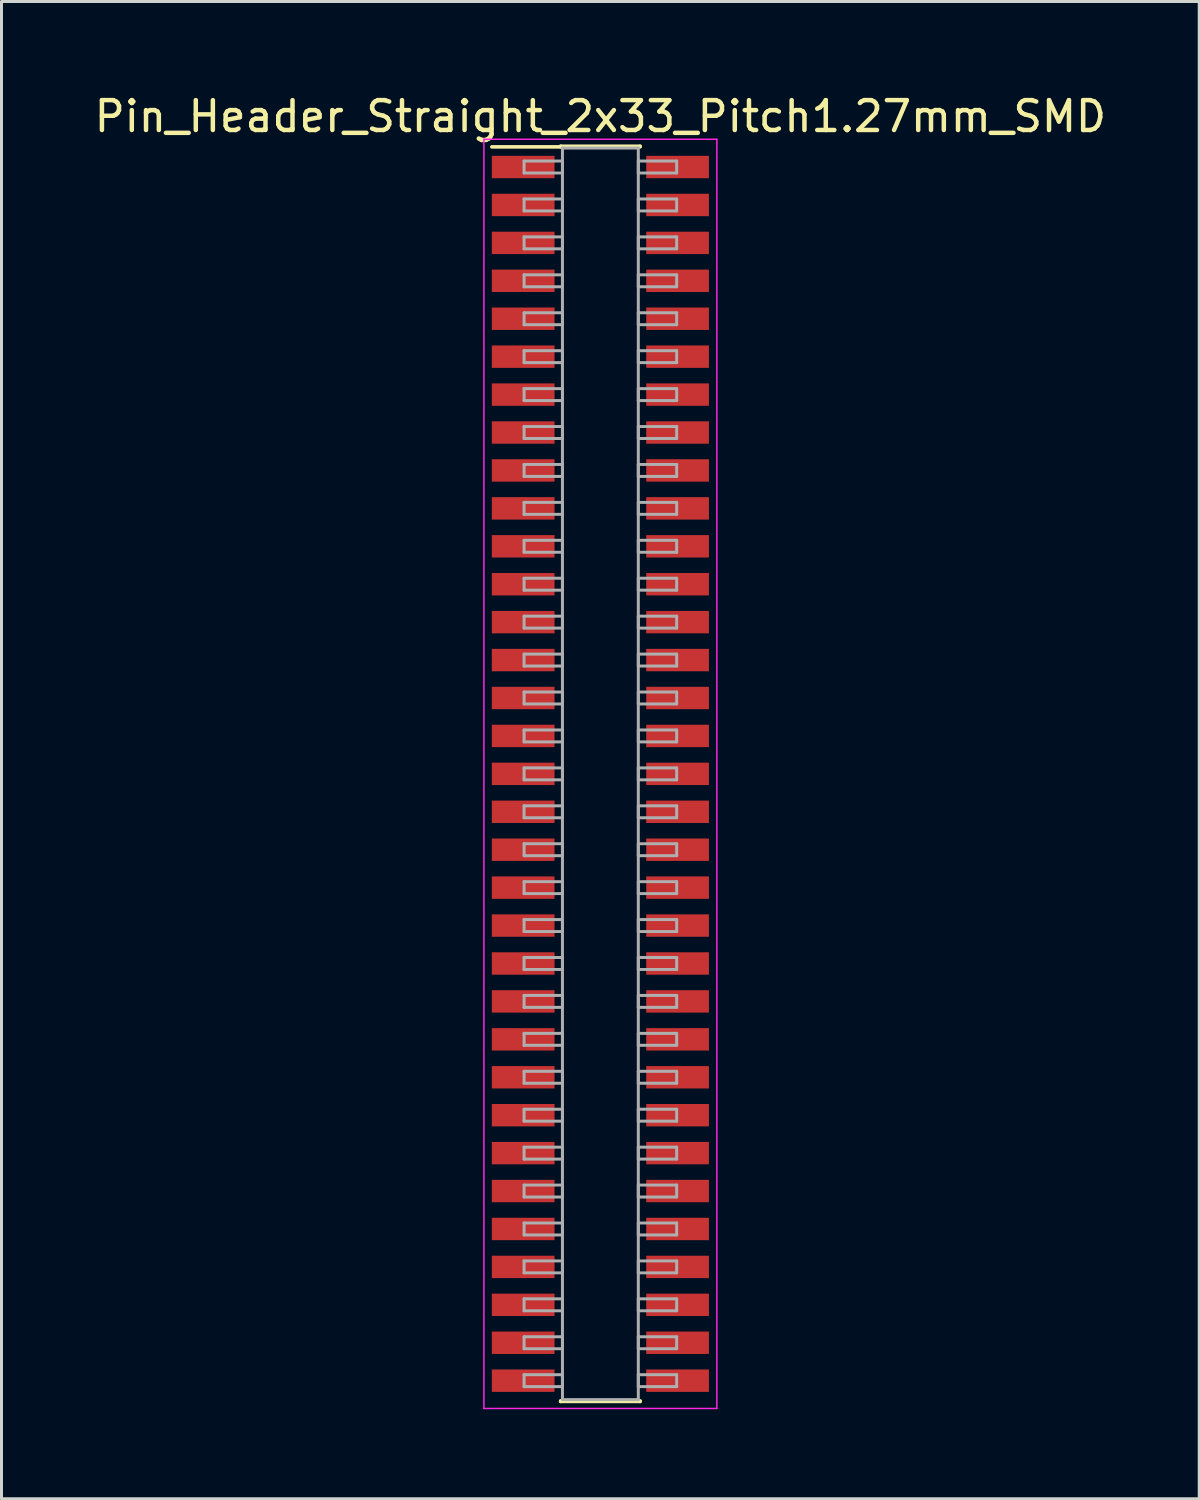
<source format=kicad_pcb>
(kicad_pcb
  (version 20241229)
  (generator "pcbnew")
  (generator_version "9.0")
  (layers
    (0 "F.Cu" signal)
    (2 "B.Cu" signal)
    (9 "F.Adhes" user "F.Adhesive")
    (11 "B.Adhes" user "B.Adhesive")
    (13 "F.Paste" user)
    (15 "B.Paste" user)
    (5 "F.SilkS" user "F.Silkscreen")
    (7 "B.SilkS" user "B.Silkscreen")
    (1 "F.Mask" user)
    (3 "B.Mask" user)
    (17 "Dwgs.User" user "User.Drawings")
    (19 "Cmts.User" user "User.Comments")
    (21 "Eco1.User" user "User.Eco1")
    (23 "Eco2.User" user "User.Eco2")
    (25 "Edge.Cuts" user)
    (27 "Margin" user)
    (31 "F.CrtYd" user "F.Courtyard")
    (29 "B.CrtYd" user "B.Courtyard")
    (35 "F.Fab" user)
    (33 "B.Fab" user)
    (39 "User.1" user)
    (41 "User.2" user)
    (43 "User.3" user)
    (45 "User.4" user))
  (footprint "Pin_Header_Straight_2x33_Pitch1.27mm_SMD"
    (layer "F.Cu")
    (at 17.054 22.863)
    (property "Reference" "Pin_Header_Straight_2x33_Pitch1.27mm_SMD" (at 0 -22.015 0) (layer "F.SilkS") (effects (font (size 1 1) (thickness 0.15))))
    (attr smd)
    (fp_line (start -3.635 -20.995) (end -1.33 -20.995) (stroke (width 0.12) (type solid)) (layer "F.SilkS"))
    (fp_line (start -1.33 -21.015) (end 1.33 -21.015) (stroke (width 0.12) (type solid)) (layer "F.SilkS"))
    (fp_line (start -1.33 -20.995) (end -1.33 -21.015) (stroke (width 0.12) (type solid)) (layer "F.SilkS"))
    (fp_line (start -1.33 20.995) (end -1.33 21.015) (stroke (width 0.12) (type solid)) (layer "F.SilkS"))
    (fp_line (start -1.33 21.015) (end 1.33 21.015) (stroke (width 0.12) (type solid)) (layer "F.SilkS"))
    (fp_line (start 1.33 -21.015) (end 1.33 -20.995) (stroke (width 0.12) (type solid)) (layer "F.SilkS"))
    (fp_line (start 1.33 21.015) (end 1.33 20.995) (stroke (width 0.12) (type solid)) (layer "F.SilkS"))
    (fp_line (start -3.9 -21.25) (end -3.9 21.25) (stroke (width 0.05) (type solid)) (layer "F.CrtYd"))
    (fp_line (start -3.9 21.25) (end 3.9 21.25) (stroke (width 0.05) (type solid)) (layer "F.CrtYd"))
    (fp_line (start 3.9 -21.25) (end -3.9 -21.25) (stroke (width 0.05) (type solid)) (layer "F.CrtYd"))
    (fp_line (start 3.9 21.25) (end 3.9 -21.25) (stroke (width 0.05) (type solid)) (layer "F.CrtYd"))
    (fp_line (start -2.555 -20.52) (end -1.27 -20.52) (stroke (width 0.1) (type solid)) (layer "F.Fab"))
    (fp_line (start -2.555 -20.12) (end -2.555 -20.52) (stroke (width 0.1) (type solid)) (layer "F.Fab"))
    (fp_line (start -2.555 -19.25) (end -1.27 -19.25) (stroke (width 0.1) (type solid)) (layer "F.Fab"))
    (fp_line (start -2.555 -18.85) (end -2.555 -19.25) (stroke (width 0.1) (type solid)) (layer "F.Fab"))
    (fp_line (start -2.555 -17.98) (end -1.27 -17.98) (stroke (width 0.1) (type solid)) (layer "F.Fab"))
    (fp_line (start -2.555 -17.58) (end -2.555 -17.98) (stroke (width 0.1) (type solid)) (layer "F.Fab"))
    (fp_line (start -2.555 -16.71) (end -1.27 -16.71) (stroke (width 0.1) (type solid)) (layer "F.Fab"))
    (fp_line (start -2.555 -16.31) (end -2.555 -16.71) (stroke (width 0.1) (type solid)) (layer "F.Fab"))
    (fp_line (start -2.555 -15.44) (end -1.27 -15.44) (stroke (width 0.1) (type solid)) (layer "F.Fab"))
    (fp_line (start -2.555 -15.04) (end -2.555 -15.44) (stroke (width 0.1) (type solid)) (layer "F.Fab"))
    (fp_line (start -2.555 -14.17) (end -1.27 -14.17) (stroke (width 0.1) (type solid)) (layer "F.Fab"))
    (fp_line (start -2.555 -13.77) (end -2.555 -14.17) (stroke (width 0.1) (type solid)) (layer "F.Fab"))
    (fp_line (start -2.555 -12.9) (end -1.27 -12.9) (stroke (width 0.1) (type solid)) (layer "F.Fab"))
    (fp_line (start -2.555 -12.5) (end -2.555 -12.9) (stroke (width 0.1) (type solid)) (layer "F.Fab"))
    (fp_line (start -2.555 -11.63) (end -1.27 -11.63) (stroke (width 0.1) (type solid)) (layer "F.Fab"))
    (fp_line (start -2.555 -11.23) (end -2.555 -11.63) (stroke (width 0.1) (type solid)) (layer "F.Fab"))
    (fp_line (start -2.555 -10.36) (end -1.27 -10.36) (stroke (width 0.1) (type solid)) (layer "F.Fab"))
    (fp_line (start -2.555 -9.96) (end -2.555 -10.36) (stroke (width 0.1) (type solid)) (layer "F.Fab"))
    (fp_line (start -2.555 -9.09) (end -1.27 -9.09) (stroke (width 0.1) (type solid)) (layer "F.Fab"))
    (fp_line (start -2.555 -8.69) (end -2.555 -9.09) (stroke (width 0.1) (type solid)) (layer "F.Fab"))
    (fp_line (start -2.555 -7.82) (end -1.27 -7.82) (stroke (width 0.1) (type solid)) (layer "F.Fab"))
    (fp_line (start -2.555 -7.42) (end -2.555 -7.82) (stroke (width 0.1) (type solid)) (layer "F.Fab"))
    (fp_line (start -2.555 -6.55) (end -1.27 -6.55) (stroke (width 0.1) (type solid)) (layer "F.Fab"))
    (fp_line (start -2.555 -6.15) (end -2.555 -6.55) (stroke (width 0.1) (type solid)) (layer "F.Fab"))
    (fp_line (start -2.555 -5.28) (end -1.27 -5.28) (stroke (width 0.1) (type solid)) (layer "F.Fab"))
    (fp_line (start -2.555 -4.88) (end -2.555 -5.28) (stroke (width 0.1) (type solid)) (layer "F.Fab"))
    (fp_line (start -2.555 -4.01) (end -1.27 -4.01) (stroke (width 0.1) (type solid)) (layer "F.Fab"))
    (fp_line (start -2.555 -3.61) (end -2.555 -4.01) (stroke (width 0.1) (type solid)) (layer "F.Fab"))
    (fp_line (start -2.555 -2.74) (end -1.27 -2.74) (stroke (width 0.1) (type solid)) (layer "F.Fab"))
    (fp_line (start -2.555 -2.34) (end -2.555 -2.74) (stroke (width 0.1) (type solid)) (layer "F.Fab"))
    (fp_line (start -2.555 -1.47) (end -1.27 -1.47) (stroke (width 0.1) (type solid)) (layer "F.Fab"))
    (fp_line (start -2.555 -1.07) (end -2.555 -1.47) (stroke (width 0.1) (type solid)) (layer "F.Fab"))
    (fp_line (start -2.555 -0.2) (end -1.27 -0.2) (stroke (width 0.1) (type solid)) (layer "F.Fab"))
    (fp_line (start -2.555 0.2) (end -2.555 -0.2) (stroke (width 0.1) (type solid)) (layer "F.Fab"))
    (fp_line (start -2.555 1.07) (end -1.27 1.07) (stroke (width 0.1) (type solid)) (layer "F.Fab"))
    (fp_line (start -2.555 1.47) (end -2.555 1.07) (stroke (width 0.1) (type solid)) (layer "F.Fab"))
    (fp_line (start -2.555 2.34) (end -1.27 2.34) (stroke (width 0.1) (type solid)) (layer "F.Fab"))
    (fp_line (start -2.555 2.74) (end -2.555 2.34) (stroke (width 0.1) (type solid)) (layer "F.Fab"))
    (fp_line (start -2.555 3.61) (end -1.27 3.61) (stroke (width 0.1) (type solid)) (layer "F.Fab"))
    (fp_line (start -2.555 4.01) (end -2.555 3.61) (stroke (width 0.1) (type solid)) (layer "F.Fab"))
    (fp_line (start -2.555 4.88) (end -1.27 4.88) (stroke (width 0.1) (type solid)) (layer "F.Fab"))
    (fp_line (start -2.555 5.28) (end -2.555 4.88) (stroke (width 0.1) (type solid)) (layer "F.Fab"))
    (fp_line (start -2.555 6.15) (end -1.27 6.15) (stroke (width 0.1) (type solid)) (layer "F.Fab"))
    (fp_line (start -2.555 6.55) (end -2.555 6.15) (stroke (width 0.1) (type solid)) (layer "F.Fab"))
    (fp_line (start -2.555 7.42) (end -1.27 7.42) (stroke (width 0.1) (type solid)) (layer "F.Fab"))
    (fp_line (start -2.555 7.82) (end -2.555 7.42) (stroke (width 0.1) (type solid)) (layer "F.Fab"))
    (fp_line (start -2.555 8.69) (end -1.27 8.69) (stroke (width 0.1) (type solid)) (layer "F.Fab"))
    (fp_line (start -2.555 9.09) (end -2.555 8.69) (stroke (width 0.1) (type solid)) (layer "F.Fab"))
    (fp_line (start -2.555 9.96) (end -1.27 9.96) (stroke (width 0.1) (type solid)) (layer "F.Fab"))
    (fp_line (start -2.555 10.36) (end -2.555 9.96) (stroke (width 0.1) (type solid)) (layer "F.Fab"))
    (fp_line (start -2.555 11.23) (end -1.27 11.23) (stroke (width 0.1) (type solid)) (layer "F.Fab"))
    (fp_line (start -2.555 11.63) (end -2.555 11.23) (stroke (width 0.1) (type solid)) (layer "F.Fab"))
    (fp_line (start -2.555 12.5) (end -1.27 12.5) (stroke (width 0.1) (type solid)) (layer "F.Fab"))
    (fp_line (start -2.555 12.9) (end -2.555 12.5) (stroke (width 0.1) (type solid)) (layer "F.Fab"))
    (fp_line (start -2.555 13.77) (end -1.27 13.77) (stroke (width 0.1) (type solid)) (layer "F.Fab"))
    (fp_line (start -2.555 14.17) (end -2.555 13.77) (stroke (width 0.1) (type solid)) (layer "F.Fab"))
    (fp_line (start -2.555 15.04) (end -1.27 15.04) (stroke (width 0.1) (type solid)) (layer "F.Fab"))
    (fp_line (start -2.555 15.44) (end -2.555 15.04) (stroke (width 0.1) (type solid)) (layer "F.Fab"))
    (fp_line (start -2.555 16.31) (end -1.27 16.31) (stroke (width 0.1) (type solid)) (layer "F.Fab"))
    (fp_line (start -2.555 16.71) (end -2.555 16.31) (stroke (width 0.1) (type solid)) (layer "F.Fab"))
    (fp_line (start -2.555 17.58) (end -1.27 17.58) (stroke (width 0.1) (type solid)) (layer "F.Fab"))
    (fp_line (start -2.555 17.98) (end -2.555 17.58) (stroke (width 0.1) (type solid)) (layer "F.Fab"))
    (fp_line (start -2.555 18.85) (end -1.27 18.85) (stroke (width 0.1) (type solid)) (layer "F.Fab"))
    (fp_line (start -2.555 19.25) (end -2.555 18.85) (stroke (width 0.1) (type solid)) (layer "F.Fab"))
    (fp_line (start -2.555 20.12) (end -1.27 20.12) (stroke (width 0.1) (type solid)) (layer "F.Fab"))
    (fp_line (start -2.555 20.52) (end -2.555 20.12) (stroke (width 0.1) (type solid)) (layer "F.Fab"))
    (fp_line (start -1.27 -20.955) (end -1.27 20.955) (stroke (width 0.1) (type solid)) (layer "F.Fab"))
    (fp_line (start -1.27 -20.52) (end -1.27 -20.12) (stroke (width 0.1) (type solid)) (layer "F.Fab"))
    (fp_line (start -1.27 -20.12) (end -2.555 -20.12) (stroke (width 0.1) (type solid)) (layer "F.Fab"))
    (fp_line (start -1.27 -19.25) (end -1.27 -18.85) (stroke (width 0.1) (type solid)) (layer "F.Fab"))
    (fp_line (start -1.27 -18.85) (end -2.555 -18.85) (stroke (width 0.1) (type solid)) (layer "F.Fab"))
    (fp_line (start -1.27 -17.98) (end -1.27 -17.58) (stroke (width 0.1) (type solid)) (layer "F.Fab"))
    (fp_line (start -1.27 -17.58) (end -2.555 -17.58) (stroke (width 0.1) (type solid)) (layer "F.Fab"))
    (fp_line (start -1.27 -16.71) (end -1.27 -16.31) (stroke (width 0.1) (type solid)) (layer "F.Fab"))
    (fp_line (start -1.27 -16.31) (end -2.555 -16.31) (stroke (width 0.1) (type solid)) (layer "F.Fab"))
    (fp_line (start -1.27 -15.44) (end -1.27 -15.04) (stroke (width 0.1) (type solid)) (layer "F.Fab"))
    (fp_line (start -1.27 -15.04) (end -2.555 -15.04) (stroke (width 0.1) (type solid)) (layer "F.Fab"))
    (fp_line (start -1.27 -14.17) (end -1.27 -13.77) (stroke (width 0.1) (type solid)) (layer "F.Fab"))
    (fp_line (start -1.27 -13.77) (end -2.555 -13.77) (stroke (width 0.1) (type solid)) (layer "F.Fab"))
    (fp_line (start -1.27 -12.9) (end -1.27 -12.5) (stroke (width 0.1) (type solid)) (layer "F.Fab"))
    (fp_line (start -1.27 -12.5) (end -2.555 -12.5) (stroke (width 0.1) (type solid)) (layer "F.Fab"))
    (fp_line (start -1.27 -11.63) (end -1.27 -11.23) (stroke (width 0.1) (type solid)) (layer "F.Fab"))
    (fp_line (start -1.27 -11.23) (end -2.555 -11.23) (stroke (width 0.1) (type solid)) (layer "F.Fab"))
    (fp_line (start -1.27 -10.36) (end -1.27 -9.96) (stroke (width 0.1) (type solid)) (layer "F.Fab"))
    (fp_line (start -1.27 -9.96) (end -2.555 -9.96) (stroke (width 0.1) (type solid)) (layer "F.Fab"))
    (fp_line (start -1.27 -9.09) (end -1.27 -8.69) (stroke (width 0.1) (type solid)) (layer "F.Fab"))
    (fp_line (start -1.27 -8.69) (end -2.555 -8.69) (stroke (width 0.1) (type solid)) (layer "F.Fab"))
    (fp_line (start -1.27 -7.82) (end -1.27 -7.42) (stroke (width 0.1) (type solid)) (layer "F.Fab"))
    (fp_line (start -1.27 -7.42) (end -2.555 -7.42) (stroke (width 0.1) (type solid)) (layer "F.Fab"))
    (fp_line (start -1.27 -6.55) (end -1.27 -6.15) (stroke (width 0.1) (type solid)) (layer "F.Fab"))
    (fp_line (start -1.27 -6.15) (end -2.555 -6.15) (stroke (width 0.1) (type solid)) (layer "F.Fab"))
    (fp_line (start -1.27 -5.28) (end -1.27 -4.88) (stroke (width 0.1) (type solid)) (layer "F.Fab"))
    (fp_line (start -1.27 -4.88) (end -2.555 -4.88) (stroke (width 0.1) (type solid)) (layer "F.Fab"))
    (fp_line (start -1.27 -4.01) (end -1.27 -3.61) (stroke (width 0.1) (type solid)) (layer "F.Fab"))
    (fp_line (start -1.27 -3.61) (end -2.555 -3.61) (stroke (width 0.1) (type solid)) (layer "F.Fab"))
    (fp_line (start -1.27 -2.74) (end -1.27 -2.34) (stroke (width 0.1) (type solid)) (layer "F.Fab"))
    (fp_line (start -1.27 -2.34) (end -2.555 -2.34) (stroke (width 0.1) (type solid)) (layer "F.Fab"))
    (fp_line (start -1.27 -1.47) (end -1.27 -1.07) (stroke (width 0.1) (type solid)) (layer "F.Fab"))
    (fp_line (start -1.27 -1.07) (end -2.555 -1.07) (stroke (width 0.1) (type solid)) (layer "F.Fab"))
    (fp_line (start -1.27 -0.2) (end -1.27 0.2) (stroke (width 0.1) (type solid)) (layer "F.Fab"))
    (fp_line (start -1.27 0.2) (end -2.555 0.2) (stroke (width 0.1) (type solid)) (layer "F.Fab"))
    (fp_line (start -1.27 1.07) (end -1.27 1.47) (stroke (width 0.1) (type solid)) (layer "F.Fab"))
    (fp_line (start -1.27 1.47) (end -2.555 1.47) (stroke (width 0.1) (type solid)) (layer "F.Fab"))
    (fp_line (start -1.27 2.34) (end -1.27 2.74) (stroke (width 0.1) (type solid)) (layer "F.Fab"))
    (fp_line (start -1.27 2.74) (end -2.555 2.74) (stroke (width 0.1) (type solid)) (layer "F.Fab"))
    (fp_line (start -1.27 3.61) (end -1.27 4.01) (stroke (width 0.1) (type solid)) (layer "F.Fab"))
    (fp_line (start -1.27 4.01) (end -2.555 4.01) (stroke (width 0.1) (type solid)) (layer "F.Fab"))
    (fp_line (start -1.27 4.88) (end -1.27 5.28) (stroke (width 0.1) (type solid)) (layer "F.Fab"))
    (fp_line (start -1.27 5.28) (end -2.555 5.28) (stroke (width 0.1) (type solid)) (layer "F.Fab"))
    (fp_line (start -1.27 6.15) (end -1.27 6.55) (stroke (width 0.1) (type solid)) (layer "F.Fab"))
    (fp_line (start -1.27 6.55) (end -2.555 6.55) (stroke (width 0.1) (type solid)) (layer "F.Fab"))
    (fp_line (start -1.27 7.42) (end -1.27 7.82) (stroke (width 0.1) (type solid)) (layer "F.Fab"))
    (fp_line (start -1.27 7.82) (end -2.555 7.82) (stroke (width 0.1) (type solid)) (layer "F.Fab"))
    (fp_line (start -1.27 8.69) (end -1.27 9.09) (stroke (width 0.1) (type solid)) (layer "F.Fab"))
    (fp_line (start -1.27 9.09) (end -2.555 9.09) (stroke (width 0.1) (type solid)) (layer "F.Fab"))
    (fp_line (start -1.27 9.96) (end -1.27 10.36) (stroke (width 0.1) (type solid)) (layer "F.Fab"))
    (fp_line (start -1.27 10.36) (end -2.555 10.36) (stroke (width 0.1) (type solid)) (layer "F.Fab"))
    (fp_line (start -1.27 11.23) (end -1.27 11.63) (stroke (width 0.1) (type solid)) (layer "F.Fab"))
    (fp_line (start -1.27 11.63) (end -2.555 11.63) (stroke (width 0.1) (type solid)) (layer "F.Fab"))
    (fp_line (start -1.27 12.5) (end -1.27 12.9) (stroke (width 0.1) (type solid)) (layer "F.Fab"))
    (fp_line (start -1.27 12.9) (end -2.555 12.9) (stroke (width 0.1) (type solid)) (layer "F.Fab"))
    (fp_line (start -1.27 13.77) (end -1.27 14.17) (stroke (width 0.1) (type solid)) (layer "F.Fab"))
    (fp_line (start -1.27 14.17) (end -2.555 14.17) (stroke (width 0.1) (type solid)) (layer "F.Fab"))
    (fp_line (start -1.27 15.04) (end -1.27 15.44) (stroke (width 0.1) (type solid)) (layer "F.Fab"))
    (fp_line (start -1.27 15.44) (end -2.555 15.44) (stroke (width 0.1) (type solid)) (layer "F.Fab"))
    (fp_line (start -1.27 16.31) (end -1.27 16.71) (stroke (width 0.1) (type solid)) (layer "F.Fab"))
    (fp_line (start -1.27 16.71) (end -2.555 16.71) (stroke (width 0.1) (type solid)) (layer "F.Fab"))
    (fp_line (start -1.27 17.58) (end -1.27 17.98) (stroke (width 0.1) (type solid)) (layer "F.Fab"))
    (fp_line (start -1.27 17.98) (end -2.555 17.98) (stroke (width 0.1) (type solid)) (layer "F.Fab"))
    (fp_line (start -1.27 18.85) (end -1.27 19.25) (stroke (width 0.1) (type solid)) (layer "F.Fab"))
    (fp_line (start -1.27 19.25) (end -2.555 19.25) (stroke (width 0.1) (type solid)) (layer "F.Fab"))
    (fp_line (start -1.27 20.12) (end -1.27 20.52) (stroke (width 0.1) (type solid)) (layer "F.Fab"))
    (fp_line (start -1.27 20.52) (end -2.555 20.52) (stroke (width 0.1) (type solid)) (layer "F.Fab"))
    (fp_line (start -1.27 20.955) (end 1.27 20.955) (stroke (width 0.1) (type solid)) (layer "F.Fab"))
    (fp_line (start 1.27 -20.955) (end -1.27 -20.955) (stroke (width 0.1) (type solid)) (layer "F.Fab"))
    (fp_line (start 1.27 -20.52) (end 1.27 -20.12) (stroke (width 0.1) (type solid)) (layer "F.Fab"))
    (fp_line (start 1.27 -20.12) (end 2.555 -20.12) (stroke (width 0.1) (type solid)) (layer "F.Fab"))
    (fp_line (start 1.27 -19.25) (end 1.27 -18.85) (stroke (width 0.1) (type solid)) (layer "F.Fab"))
    (fp_line (start 1.27 -18.85) (end 2.555 -18.85) (stroke (width 0.1) (type solid)) (layer "F.Fab"))
    (fp_line (start 1.27 -17.98) (end 1.27 -17.58) (stroke (width 0.1) (type solid)) (layer "F.Fab"))
    (fp_line (start 1.27 -17.58) (end 2.555 -17.58) (stroke (width 0.1) (type solid)) (layer "F.Fab"))
    (fp_line (start 1.27 -16.71) (end 1.27 -16.31) (stroke (width 0.1) (type solid)) (layer "F.Fab"))
    (fp_line (start 1.27 -16.31) (end 2.555 -16.31) (stroke (width 0.1) (type solid)) (layer "F.Fab"))
    (fp_line (start 1.27 -15.44) (end 1.27 -15.04) (stroke (width 0.1) (type solid)) (layer "F.Fab"))
    (fp_line (start 1.27 -15.04) (end 2.555 -15.04) (stroke (width 0.1) (type solid)) (layer "F.Fab"))
    (fp_line (start 1.27 -14.17) (end 1.27 -13.77) (stroke (width 0.1) (type solid)) (layer "F.Fab"))
    (fp_line (start 1.27 -13.77) (end 2.555 -13.77) (stroke (width 0.1) (type solid)) (layer "F.Fab"))
    (fp_line (start 1.27 -12.9) (end 1.27 -12.5) (stroke (width 0.1) (type solid)) (layer "F.Fab"))
    (fp_line (start 1.27 -12.5) (end 2.555 -12.5) (stroke (width 0.1) (type solid)) (layer "F.Fab"))
    (fp_line (start 1.27 -11.63) (end 1.27 -11.23) (stroke (width 0.1) (type solid)) (layer "F.Fab"))
    (fp_line (start 1.27 -11.23) (end 2.555 -11.23) (stroke (width 0.1) (type solid)) (layer "F.Fab"))
    (fp_line (start 1.27 -10.36) (end 1.27 -9.96) (stroke (width 0.1) (type solid)) (layer "F.Fab"))
    (fp_line (start 1.27 -9.96) (end 2.555 -9.96) (stroke (width 0.1) (type solid)) (layer "F.Fab"))
    (fp_line (start 1.27 -9.09) (end 1.27 -8.69) (stroke (width 0.1) (type solid)) (layer "F.Fab"))
    (fp_line (start 1.27 -8.69) (end 2.555 -8.69) (stroke (width 0.1) (type solid)) (layer "F.Fab"))
    (fp_line (start 1.27 -7.82) (end 1.27 -7.42) (stroke (width 0.1) (type solid)) (layer "F.Fab"))
    (fp_line (start 1.27 -7.42) (end 2.555 -7.42) (stroke (width 0.1) (type solid)) (layer "F.Fab"))
    (fp_line (start 1.27 -6.55) (end 1.27 -6.15) (stroke (width 0.1) (type solid)) (layer "F.Fab"))
    (fp_line (start 1.27 -6.15) (end 2.555 -6.15) (stroke (width 0.1) (type solid)) (layer "F.Fab"))
    (fp_line (start 1.27 -5.28) (end 1.27 -4.88) (stroke (width 0.1) (type solid)) (layer "F.Fab"))
    (fp_line (start 1.27 -4.88) (end 2.555 -4.88) (stroke (width 0.1) (type solid)) (layer "F.Fab"))
    (fp_line (start 1.27 -4.01) (end 1.27 -3.61) (stroke (width 0.1) (type solid)) (layer "F.Fab"))
    (fp_line (start 1.27 -3.61) (end 2.555 -3.61) (stroke (width 0.1) (type solid)) (layer "F.Fab"))
    (fp_line (start 1.27 -2.74) (end 1.27 -2.34) (stroke (width 0.1) (type solid)) (layer "F.Fab"))
    (fp_line (start 1.27 -2.34) (end 2.555 -2.34) (stroke (width 0.1) (type solid)) (layer "F.Fab"))
    (fp_line (start 1.27 -1.47) (end 1.27 -1.07) (stroke (width 0.1) (type solid)) (layer "F.Fab"))
    (fp_line (start 1.27 -1.07) (end 2.555 -1.07) (stroke (width 0.1) (type solid)) (layer "F.Fab"))
    (fp_line (start 1.27 -0.2) (end 1.27 0.2) (stroke (width 0.1) (type solid)) (layer "F.Fab"))
    (fp_line (start 1.27 0.2) (end 2.555 0.2) (stroke (width 0.1) (type solid)) (layer "F.Fab"))
    (fp_line (start 1.27 1.07) (end 1.27 1.47) (stroke (width 0.1) (type solid)) (layer "F.Fab"))
    (fp_line (start 1.27 1.47) (end 2.555 1.47) (stroke (width 0.1) (type solid)) (layer "F.Fab"))
    (fp_line (start 1.27 2.34) (end 1.27 2.74) (stroke (width 0.1) (type solid)) (layer "F.Fab"))
    (fp_line (start 1.27 2.74) (end 2.555 2.74) (stroke (width 0.1) (type solid)) (layer "F.Fab"))
    (fp_line (start 1.27 3.61) (end 1.27 4.01) (stroke (width 0.1) (type solid)) (layer "F.Fab"))
    (fp_line (start 1.27 4.01) (end 2.555 4.01) (stroke (width 0.1) (type solid)) (layer "F.Fab"))
    (fp_line (start 1.27 4.88) (end 1.27 5.28) (stroke (width 0.1) (type solid)) (layer "F.Fab"))
    (fp_line (start 1.27 5.28) (end 2.555 5.28) (stroke (width 0.1) (type solid)) (layer "F.Fab"))
    (fp_line (start 1.27 6.15) (end 1.27 6.55) (stroke (width 0.1) (type solid)) (layer "F.Fab"))
    (fp_line (start 1.27 6.55) (end 2.555 6.55) (stroke (width 0.1) (type solid)) (layer "F.Fab"))
    (fp_line (start 1.27 7.42) (end 1.27 7.82) (stroke (width 0.1) (type solid)) (layer "F.Fab"))
    (fp_line (start 1.27 7.82) (end 2.555 7.82) (stroke (width 0.1) (type solid)) (layer "F.Fab"))
    (fp_line (start 1.27 8.69) (end 1.27 9.09) (stroke (width 0.1) (type solid)) (layer "F.Fab"))
    (fp_line (start 1.27 9.09) (end 2.555 9.09) (stroke (width 0.1) (type solid)) (layer "F.Fab"))
    (fp_line (start 1.27 9.96) (end 1.27 10.36) (stroke (width 0.1) (type solid)) (layer "F.Fab"))
    (fp_line (start 1.27 10.36) (end 2.555 10.36) (stroke (width 0.1) (type solid)) (layer "F.Fab"))
    (fp_line (start 1.27 11.23) (end 1.27 11.63) (stroke (width 0.1) (type solid)) (layer "F.Fab"))
    (fp_line (start 1.27 11.63) (end 2.555 11.63) (stroke (width 0.1) (type solid)) (layer "F.Fab"))
    (fp_line (start 1.27 12.5) (end 1.27 12.9) (stroke (width 0.1) (type solid)) (layer "F.Fab"))
    (fp_line (start 1.27 12.9) (end 2.555 12.9) (stroke (width 0.1) (type solid)) (layer "F.Fab"))
    (fp_line (start 1.27 13.77) (end 1.27 14.17) (stroke (width 0.1) (type solid)) (layer "F.Fab"))
    (fp_line (start 1.27 14.17) (end 2.555 14.17) (stroke (width 0.1) (type solid)) (layer "F.Fab"))
    (fp_line (start 1.27 15.04) (end 1.27 15.44) (stroke (width 0.1) (type solid)) (layer "F.Fab"))
    (fp_line (start 1.27 15.44) (end 2.555 15.44) (stroke (width 0.1) (type solid)) (layer "F.Fab"))
    (fp_line (start 1.27 16.31) (end 1.27 16.71) (stroke (width 0.1) (type solid)) (layer "F.Fab"))
    (fp_line (start 1.27 16.71) (end 2.555 16.71) (stroke (width 0.1) (type solid)) (layer "F.Fab"))
    (fp_line (start 1.27 17.58) (end 1.27 17.98) (stroke (width 0.1) (type solid)) (layer "F.Fab"))
    (fp_line (start 1.27 17.98) (end 2.555 17.98) (stroke (width 0.1) (type solid)) (layer "F.Fab"))
    (fp_line (start 1.27 18.85) (end 1.27 19.25) (stroke (width 0.1) (type solid)) (layer "F.Fab"))
    (fp_line (start 1.27 19.25) (end 2.555 19.25) (stroke (width 0.1) (type solid)) (layer "F.Fab"))
    (fp_line (start 1.27 20.12) (end 1.27 20.52) (stroke (width 0.1) (type solid)) (layer "F.Fab"))
    (fp_line (start 1.27 20.52) (end 2.555 20.52) (stroke (width 0.1) (type solid)) (layer "F.Fab"))
    (fp_line (start 1.27 20.955) (end 1.27 -20.955) (stroke (width 0.1) (type solid)) (layer "F.Fab"))
    (fp_line (start 2.555 -20.52) (end 1.27 -20.52) (stroke (width 0.1) (type solid)) (layer "F.Fab"))
    (fp_line (start 2.555 -20.12) (end 2.555 -20.52) (stroke (width 0.1) (type solid)) (layer "F.Fab"))
    (fp_line (start 2.555 -19.25) (end 1.27 -19.25) (stroke (width 0.1) (type solid)) (layer "F.Fab"))
    (fp_line (start 2.555 -18.85) (end 2.555 -19.25) (stroke (width 0.1) (type solid)) (layer "F.Fab"))
    (fp_line (start 2.555 -17.98) (end 1.27 -17.98) (stroke (width 0.1) (type solid)) (layer "F.Fab"))
    (fp_line (start 2.555 -17.58) (end 2.555 -17.98) (stroke (width 0.1) (type solid)) (layer "F.Fab"))
    (fp_line (start 2.555 -16.71) (end 1.27 -16.71) (stroke (width 0.1) (type solid)) (layer "F.Fab"))
    (fp_line (start 2.555 -16.31) (end 2.555 -16.71) (stroke (width 0.1) (type solid)) (layer "F.Fab"))
    (fp_line (start 2.555 -15.44) (end 1.27 -15.44) (stroke (width 0.1) (type solid)) (layer "F.Fab"))
    (fp_line (start 2.555 -15.04) (end 2.555 -15.44) (stroke (width 0.1) (type solid)) (layer "F.Fab"))
    (fp_line (start 2.555 -14.17) (end 1.27 -14.17) (stroke (width 0.1) (type solid)) (layer "F.Fab"))
    (fp_line (start 2.555 -13.77) (end 2.555 -14.17) (stroke (width 0.1) (type solid)) (layer "F.Fab"))
    (fp_line (start 2.555 -12.9) (end 1.27 -12.9) (stroke (width 0.1) (type solid)) (layer "F.Fab"))
    (fp_line (start 2.555 -12.5) (end 2.555 -12.9) (stroke (width 0.1) (type solid)) (layer "F.Fab"))
    (fp_line (start 2.555 -11.63) (end 1.27 -11.63) (stroke (width 0.1) (type solid)) (layer "F.Fab"))
    (fp_line (start 2.555 -11.23) (end 2.555 -11.63) (stroke (width 0.1) (type solid)) (layer "F.Fab"))
    (fp_line (start 2.555 -10.36) (end 1.27 -10.36) (stroke (width 0.1) (type solid)) (layer "F.Fab"))
    (fp_line (start 2.555 -9.96) (end 2.555 -10.36) (stroke (width 0.1) (type solid)) (layer "F.Fab"))
    (fp_line (start 2.555 -9.09) (end 1.27 -9.09) (stroke (width 0.1) (type solid)) (layer "F.Fab"))
    (fp_line (start 2.555 -8.69) (end 2.555 -9.09) (stroke (width 0.1) (type solid)) (layer "F.Fab"))
    (fp_line (start 2.555 -7.82) (end 1.27 -7.82) (stroke (width 0.1) (type solid)) (layer "F.Fab"))
    (fp_line (start 2.555 -7.42) (end 2.555 -7.82) (stroke (width 0.1) (type solid)) (layer "F.Fab"))
    (fp_line (start 2.555 -6.55) (end 1.27 -6.55) (stroke (width 0.1) (type solid)) (layer "F.Fab"))
    (fp_line (start 2.555 -6.15) (end 2.555 -6.55) (stroke (width 0.1) (type solid)) (layer "F.Fab"))
    (fp_line (start 2.555 -5.28) (end 1.27 -5.28) (stroke (width 0.1) (type solid)) (layer "F.Fab"))
    (fp_line (start 2.555 -4.88) (end 2.555 -5.28) (stroke (width 0.1) (type solid)) (layer "F.Fab"))
    (fp_line (start 2.555 -4.01) (end 1.27 -4.01) (stroke (width 0.1) (type solid)) (layer "F.Fab"))
    (fp_line (start 2.555 -3.61) (end 2.555 -4.01) (stroke (width 0.1) (type solid)) (layer "F.Fab"))
    (fp_line (start 2.555 -2.74) (end 1.27 -2.74) (stroke (width 0.1) (type solid)) (layer "F.Fab"))
    (fp_line (start 2.555 -2.34) (end 2.555 -2.74) (stroke (width 0.1) (type solid)) (layer "F.Fab"))
    (fp_line (start 2.555 -1.47) (end 1.27 -1.47) (stroke (width 0.1) (type solid)) (layer "F.Fab"))
    (fp_line (start 2.555 -1.07) (end 2.555 -1.47) (stroke (width 0.1) (type solid)) (layer "F.Fab"))
    (fp_line (start 2.555 -0.2) (end 1.27 -0.2) (stroke (width 0.1) (type solid)) (layer "F.Fab"))
    (fp_line (start 2.555 0.2) (end 2.555 -0.2) (stroke (width 0.1) (type solid)) (layer "F.Fab"))
    (fp_line (start 2.555 1.07) (end 1.27 1.07) (stroke (width 0.1) (type solid)) (layer "F.Fab"))
    (fp_line (start 2.555 1.47) (end 2.555 1.07) (stroke (width 0.1) (type solid)) (layer "F.Fab"))
    (fp_line (start 2.555 2.34) (end 1.27 2.34) (stroke (width 0.1) (type solid)) (layer "F.Fab"))
    (fp_line (start 2.555 2.74) (end 2.555 2.34) (stroke (width 0.1) (type solid)) (layer "F.Fab"))
    (fp_line (start 2.555 3.61) (end 1.27 3.61) (stroke (width 0.1) (type solid)) (layer "F.Fab"))
    (fp_line (start 2.555 4.01) (end 2.555 3.61) (stroke (width 0.1) (type solid)) (layer "F.Fab"))
    (fp_line (start 2.555 4.88) (end 1.27 4.88) (stroke (width 0.1) (type solid)) (layer "F.Fab"))
    (fp_line (start 2.555 5.28) (end 2.555 4.88) (stroke (width 0.1) (type solid)) (layer "F.Fab"))
    (fp_line (start 2.555 6.15) (end 1.27 6.15) (stroke (width 0.1) (type solid)) (layer "F.Fab"))
    (fp_line (start 2.555 6.55) (end 2.555 6.15) (stroke (width 0.1) (type solid)) (layer "F.Fab"))
    (fp_line (start 2.555 7.42) (end 1.27 7.42) (stroke (width 0.1) (type solid)) (layer "F.Fab"))
    (fp_line (start 2.555 7.82) (end 2.555 7.42) (stroke (width 0.1) (type solid)) (layer "F.Fab"))
    (fp_line (start 2.555 8.69) (end 1.27 8.69) (stroke (width 0.1) (type solid)) (layer "F.Fab"))
    (fp_line (start 2.555 9.09) (end 2.555 8.69) (stroke (width 0.1) (type solid)) (layer "F.Fab"))
    (fp_line (start 2.555 9.96) (end 1.27 9.96) (stroke (width 0.1) (type solid)) (layer "F.Fab"))
    (fp_line (start 2.555 10.36) (end 2.555 9.96) (stroke (width 0.1) (type solid)) (layer "F.Fab"))
    (fp_line (start 2.555 11.23) (end 1.27 11.23) (stroke (width 0.1) (type solid)) (layer "F.Fab"))
    (fp_line (start 2.555 11.63) (end 2.555 11.23) (stroke (width 0.1) (type solid)) (layer "F.Fab"))
    (fp_line (start 2.555 12.5) (end 1.27 12.5) (stroke (width 0.1) (type solid)) (layer "F.Fab"))
    (fp_line (start 2.555 12.9) (end 2.555 12.5) (stroke (width 0.1) (type solid)) (layer "F.Fab"))
    (fp_line (start 2.555 13.77) (end 1.27 13.77) (stroke (width 0.1) (type solid)) (layer "F.Fab"))
    (fp_line (start 2.555 14.17) (end 2.555 13.77) (stroke (width 0.1) (type solid)) (layer "F.Fab"))
    (fp_line (start 2.555 15.04) (end 1.27 15.04) (stroke (width 0.1) (type solid)) (layer "F.Fab"))
    (fp_line (start 2.555 15.44) (end 2.555 15.04) (stroke (width 0.1) (type solid)) (layer "F.Fab"))
    (fp_line (start 2.555 16.31) (end 1.27 16.31) (stroke (width 0.1) (type solid)) (layer "F.Fab"))
    (fp_line (start 2.555 16.71) (end 2.555 16.31) (stroke (width 0.1) (type solid)) (layer "F.Fab"))
    (fp_line (start 2.555 17.58) (end 1.27 17.58) (stroke (width 0.1) (type solid)) (layer "F.Fab"))
    (fp_line (start 2.555 17.98) (end 2.555 17.58) (stroke (width 0.1) (type solid)) (layer "F.Fab"))
    (fp_line (start 2.555 18.85) (end 1.27 18.85) (stroke (width 0.1) (type solid)) (layer "F.Fab"))
    (fp_line (start 2.555 19.25) (end 2.555 18.85) (stroke (width 0.1) (type solid)) (layer "F.Fab"))
    (fp_line (start 2.555 20.12) (end 1.27 20.12) (stroke (width 0.1) (type solid)) (layer "F.Fab"))
    (fp_line (start 2.555 20.52) (end 2.555 20.12) (stroke (width 0.1) (type solid)) (layer "F.Fab"))
    (pad "1" smd rect (at -2.585 -20.32) (size 2.1 0.75) (layers "F.Cu" "F.Mask"))
    (pad "2" smd rect (at 2.585 -20.32) (size 2.1 0.75) (layers "F.Cu" "F.Mask"))
    (pad "3" smd rect (at -2.585 -19.05) (size 2.1 0.75) (layers "F.Cu" "F.Mask"))
    (pad "4" smd rect (at 2.585 -19.05) (size 2.1 0.75) (layers "F.Cu" "F.Mask"))
    (pad "5" smd rect (at -2.585 -17.78) (size 2.1 0.75) (layers "F.Cu" "F.Mask"))
    (pad "6" smd rect (at 2.585 -17.78) (size 2.1 0.75) (layers "F.Cu" "F.Mask"))
    (pad "7" smd rect (at -2.585 -16.51) (size 2.1 0.75) (layers "F.Cu" "F.Mask"))
    (pad "8" smd rect (at 2.585 -16.51) (size 2.1 0.75) (layers "F.Cu" "F.Mask"))
    (pad "9" smd rect (at -2.585 -15.24) (size 2.1 0.75) (layers "F.Cu" "F.Mask"))
    (pad "10" smd rect (at 2.585 -15.24) (size 2.1 0.75) (layers "F.Cu" "F.Mask"))
    (pad "11" smd rect (at -2.585 -13.97) (size 2.1 0.75) (layers "F.Cu" "F.Mask"))
    (pad "12" smd rect (at 2.585 -13.97) (size 2.1 0.75) (layers "F.Cu" "F.Mask"))
    (pad "13" smd rect (at -2.585 -12.7) (size 2.1 0.75) (layers "F.Cu" "F.Mask"))
    (pad "14" smd rect (at 2.585 -12.7) (size 2.1 0.75) (layers "F.Cu" "F.Mask"))
    (pad "15" smd rect (at -2.585 -11.43) (size 2.1 0.75) (layers "F.Cu" "F.Mask"))
    (pad "16" smd rect (at 2.585 -11.43) (size 2.1 0.75) (layers "F.Cu" "F.Mask"))
    (pad "17" smd rect (at -2.585 -10.16) (size 2.1 0.75) (layers "F.Cu" "F.Mask"))
    (pad "18" smd rect (at 2.585 -10.16) (size 2.1 0.75) (layers "F.Cu" "F.Mask"))
    (pad "19" smd rect (at -2.585 -8.89) (size 2.1 0.75) (layers "F.Cu" "F.Mask"))
    (pad "20" smd rect (at 2.585 -8.89) (size 2.1 0.75) (layers "F.Cu" "F.Mask"))
    (pad "21" smd rect (at -2.585 -7.62) (size 2.1 0.75) (layers "F.Cu" "F.Mask"))
    (pad "22" smd rect (at 2.585 -7.62) (size 2.1 0.75) (layers "F.Cu" "F.Mask"))
    (pad "23" smd rect (at -2.585 -6.35) (size 2.1 0.75) (layers "F.Cu" "F.Mask"))
    (pad "24" smd rect (at 2.585 -6.35) (size 2.1 0.75) (layers "F.Cu" "F.Mask"))
    (pad "25" smd rect (at -2.585 -5.08) (size 2.1 0.75) (layers "F.Cu" "F.Mask"))
    (pad "26" smd rect (at 2.585 -5.08) (size 2.1 0.75) (layers "F.Cu" "F.Mask"))
    (pad "27" smd rect (at -2.585 -3.81) (size 2.1 0.75) (layers "F.Cu" "F.Mask"))
    (pad "28" smd rect (at 2.585 -3.81) (size 2.1 0.75) (layers "F.Cu" "F.Mask"))
    (pad "29" smd rect (at -2.585 -2.54) (size 2.1 0.75) (layers "F.Cu" "F.Mask"))
    (pad "30" smd rect (at 2.585 -2.54) (size 2.1 0.75) (layers "F.Cu" "F.Mask"))
    (pad "31" smd rect (at -2.585 -1.27) (size 2.1 0.75) (layers "F.Cu" "F.Mask"))
    (pad "32" smd rect (at 2.585 -1.27) (size 2.1 0.75) (layers "F.Cu" "F.Mask"))
    (pad "33" smd rect (at -2.585 0) (size 2.1 0.75) (layers "F.Cu" "F.Mask"))
    (pad "34" smd rect (at 2.585 0) (size 2.1 0.75) (layers "F.Cu" "F.Mask"))
    (pad "35" smd rect (at -2.585 1.27) (size 2.1 0.75) (layers "F.Cu" "F.Mask"))
    (pad "36" smd rect (at 2.585 1.27) (size 2.1 0.75) (layers "F.Cu" "F.Mask"))
    (pad "37" smd rect (at -2.585 2.54) (size 2.1 0.75) (layers "F.Cu" "F.Mask"))
    (pad "38" smd rect (at 2.585 2.54) (size 2.1 0.75) (layers "F.Cu" "F.Mask"))
    (pad "39" smd rect (at -2.585 3.81) (size 2.1 0.75) (layers "F.Cu" "F.Mask"))
    (pad "40" smd rect (at 2.585 3.81) (size 2.1 0.75) (layers "F.Cu" "F.Mask"))
    (pad "41" smd rect (at -2.585 5.08) (size 2.1 0.75) (layers "F.Cu" "F.Mask"))
    (pad "42" smd rect (at 2.585 5.08) (size 2.1 0.75) (layers "F.Cu" "F.Mask"))
    (pad "43" smd rect (at -2.585 6.35) (size 2.1 0.75) (layers "F.Cu" "F.Mask"))
    (pad "44" smd rect (at 2.585 6.35) (size 2.1 0.75) (layers "F.Cu" "F.Mask"))
    (pad "45" smd rect (at -2.585 7.62) (size 2.1 0.75) (layers "F.Cu" "F.Mask"))
    (pad "46" smd rect (at 2.585 7.62) (size 2.1 0.75) (layers "F.Cu" "F.Mask"))
    (pad "47" smd rect (at -2.585 8.89) (size 2.1 0.75) (layers "F.Cu" "F.Mask"))
    (pad "48" smd rect (at 2.585 8.89) (size 2.1 0.75) (layers "F.Cu" "F.Mask"))
    (pad "49" smd rect (at -2.585 10.16) (size 2.1 0.75) (layers "F.Cu" "F.Mask"))
    (pad "50" smd rect (at 2.585 10.16) (size 2.1 0.75) (layers "F.Cu" "F.Mask"))
    (pad "51" smd rect (at -2.585 11.43) (size 2.1 0.75) (layers "F.Cu" "F.Mask"))
    (pad "52" smd rect (at 2.585 11.43) (size 2.1 0.75) (layers "F.Cu" "F.Mask"))
    (pad "53" smd rect (at -2.585 12.7) (size 2.1 0.75) (layers "F.Cu" "F.Mask"))
    (pad "54" smd rect (at 2.585 12.7) (size 2.1 0.75) (layers "F.Cu" "F.Mask"))
    (pad "55" smd rect (at -2.585 13.97) (size 2.1 0.75) (layers "F.Cu" "F.Mask"))
    (pad "56" smd rect (at 2.585 13.97) (size 2.1 0.75) (layers "F.Cu" "F.Mask"))
    (pad "57" smd rect (at -2.585 15.24) (size 2.1 0.75) (layers "F.Cu" "F.Mask"))
    (pad "58" smd rect (at 2.585 15.24) (size 2.1 0.75) (layers "F.Cu" "F.Mask"))
    (pad "59" smd rect (at -2.585 16.51) (size 2.1 0.75) (layers "F.Cu" "F.Mask"))
    (pad "60" smd rect (at 2.585 16.51) (size 2.1 0.75) (layers "F.Cu" "F.Mask"))
    (pad "61" smd rect (at -2.585 17.78) (size 2.1 0.75) (layers "F.Cu" "F.Mask"))
    (pad "62" smd rect (at 2.585 17.78) (size 2.1 0.75) (layers "F.Cu" "F.Mask"))
    (pad "63" smd rect (at -2.585 19.05) (size 2.1 0.75) (layers "F.Cu" "F.Mask"))
    (pad "64" smd rect (at 2.585 19.05) (size 2.1 0.75) (layers "F.Cu" "F.Mask"))
    (pad "65" smd rect (at -2.585 20.32) (size 2.1 0.75) (layers "F.Cu" "F.Mask"))
    (pad "66" smd rect (at 2.585 20.32) (size 2.1 0.75) (layers "F.Cu" "F.Mask")))
  (gr_rect
    (start -3 -3)
    (end 37.107 47.138)
    (stroke (width 0.1) (type default))
    (fill no)
    (layer "Edge.Cuts")))
</source>
